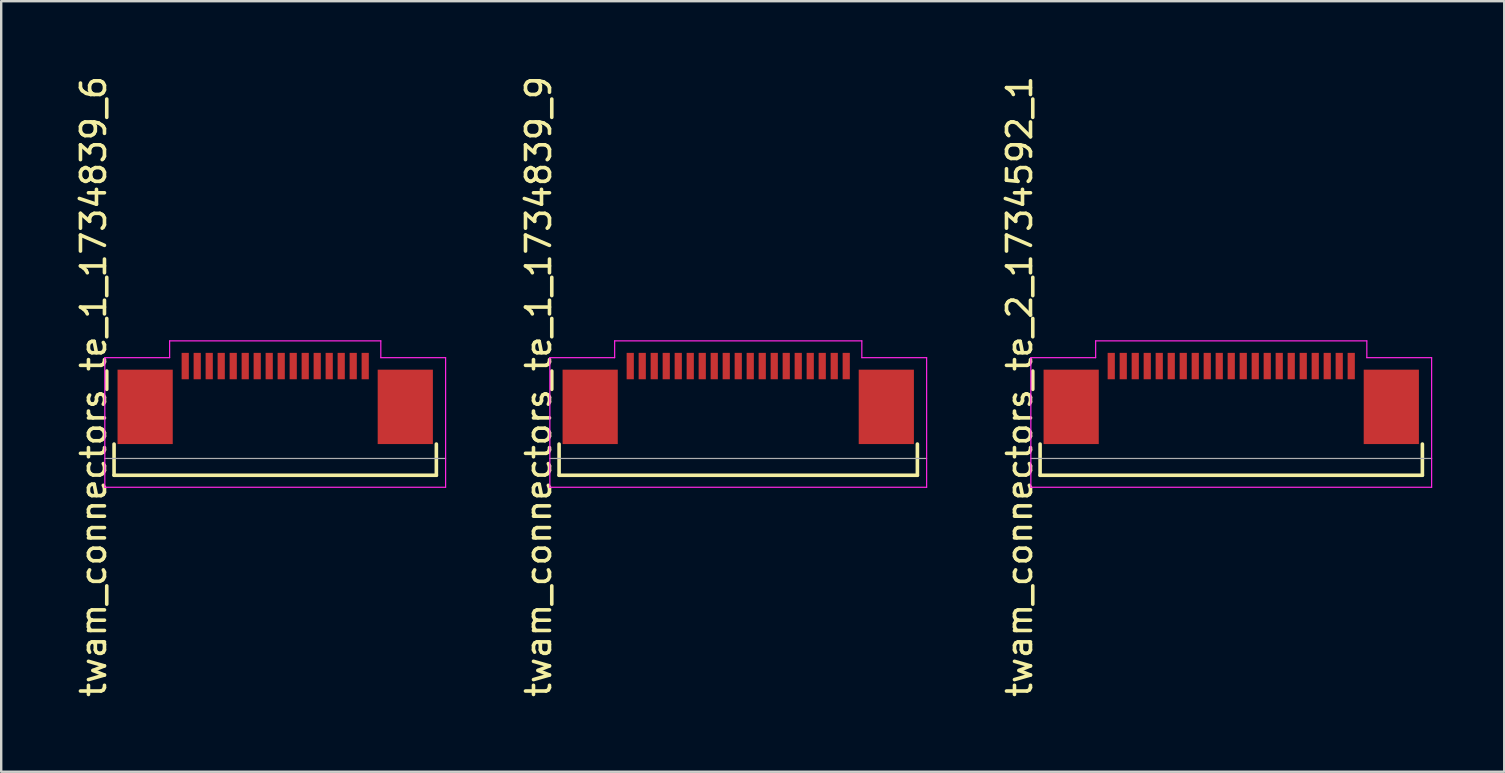
<source format=kicad_pcb>
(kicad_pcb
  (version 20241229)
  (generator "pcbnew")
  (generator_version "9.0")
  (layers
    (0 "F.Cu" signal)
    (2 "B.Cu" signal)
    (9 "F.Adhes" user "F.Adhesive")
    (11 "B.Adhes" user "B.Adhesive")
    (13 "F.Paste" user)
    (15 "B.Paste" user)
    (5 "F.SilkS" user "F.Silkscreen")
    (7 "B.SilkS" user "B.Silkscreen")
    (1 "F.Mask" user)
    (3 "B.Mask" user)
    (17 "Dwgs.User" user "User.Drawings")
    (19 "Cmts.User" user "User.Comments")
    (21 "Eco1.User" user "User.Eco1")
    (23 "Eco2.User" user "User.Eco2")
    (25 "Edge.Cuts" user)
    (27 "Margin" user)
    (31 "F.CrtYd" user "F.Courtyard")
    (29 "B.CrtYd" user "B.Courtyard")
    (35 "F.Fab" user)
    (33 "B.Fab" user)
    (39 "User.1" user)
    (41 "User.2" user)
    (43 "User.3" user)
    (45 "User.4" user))
  (footprint "twam_connectors_te_1_1734839_6"
    (layer "F.Cu")
    (at 8.418 13.054)
    (property "Reference" "twam_connectors_te_1_1734839_6" (at -7.57 0 270) (layer "F.SilkS") (effects (font (size 1 1) (thickness 0.15))))
    (attr smd)
    (fp_line (start -6.715 2.4) (end -6.715 3.7) (stroke (width 0.15) (type solid)) (layer "F.SilkS"))
    (fp_line (start -6.715 3.7) (end 6.715 3.7) (stroke (width 0.15) (type solid)) (layer "F.SilkS"))
    (fp_line (start 6.715 2.4) (end 6.715 3.7) (stroke (width 0.15) (type solid)) (layer "F.SilkS"))
    (fp_line (start -7.1 -1.2) (end -7.1 4.2) (stroke (width 0.05) (type solid)) (layer "F.CrtYd"))
    (fp_line (start -7.1 -1.2) (end -4.4 -1.2) (stroke (width 0.05) (type solid)) (layer "F.CrtYd"))
    (fp_line (start -7.1 4.2) (end 7.1 4.2) (stroke (width 0.05) (type solid)) (layer "F.CrtYd"))
    (fp_line (start -4.4 -1.9) (end -4.4 -1.2) (stroke (width 0.05) (type solid)) (layer "F.CrtYd"))
    (fp_line (start -4.4 -1.9) (end 4.4 -1.9) (stroke (width 0.05) (type solid)) (layer "F.CrtYd"))
    (fp_line (start 4.4 -1.9) (end 4.4 -1.2) (stroke (width 0.05) (type solid)) (layer "F.CrtYd"))
    (fp_line (start 4.4 -1.2) (end 7.1 -1.2) (stroke (width 0.05) (type solid)) (layer "F.CrtYd"))
    (fp_line (start 7.1 -1.2) (end 7.1 4.2) (stroke (width 0.05) (type solid)) (layer "F.CrtYd"))
    (fp_line (start -7.1 3) (end 7.1 3) (stroke (width 0.05) (type solid)) (layer "F.Fab"))
    (pad "1" smd rect (at 3.75 -0.85) (size 0.3 1.1) (layers "F.Cu" "F.Mask" "F.Paste"))
    (pad "2" smd rect (at 3.25 -0.85) (size 0.3 1.1) (layers "F.Cu" "F.Mask" "F.Paste"))
    (pad "3" smd rect (at 2.75 -0.85) (size 0.3 1.1) (layers "F.Cu" "F.Mask" "F.Paste"))
    (pad "4" smd rect (at 2.25 -0.85) (size 0.3 1.1) (layers "F.Cu" "F.Mask" "F.Paste"))
    (pad "5" smd rect (at 1.75 -0.85) (size 0.3 1.1) (layers "F.Cu" "F.Mask" "F.Paste"))
    (pad "6" smd rect (at 1.25 -0.85) (size 0.3 1.1) (layers "F.Cu" "F.Mask" "F.Paste"))
    (pad "7" smd rect (at 0.75 -0.85) (size 0.3 1.1) (layers "F.Cu" "F.Mask" "F.Paste"))
    (pad "8" smd rect (at 0.25 -0.85) (size 0.3 1.1) (layers "F.Cu" "F.Mask" "F.Paste"))
    (pad "9" smd rect (at -0.25 -0.85) (size 0.3 1.1) (layers "F.Cu" "F.Mask" "F.Paste"))
    (pad "10" smd rect (at -0.75 -0.85) (size 0.3 1.1) (layers "F.Cu" "F.Mask" "F.Paste"))
    (pad "11" smd rect (at -1.25 -0.85) (size 0.3 1.1) (layers "F.Cu" "F.Mask" "F.Paste"))
    (pad "12" smd rect (at -1.75 -0.85) (size 0.3 1.1) (layers "F.Cu" "F.Mask" "F.Paste"))
    (pad "13" smd rect (at -2.25 -0.85) (size 0.3 1.1) (layers "F.Cu" "F.Mask" "F.Paste"))
    (pad "14" smd rect (at -2.75 -0.85) (size 0.3 1.1) (layers "F.Cu" "F.Mask" "F.Paste"))
    (pad "15" smd rect (at -3.25 -0.85) (size 0.3 1.1) (layers "F.Cu" "F.Mask" "F.Paste"))
    (pad "16" smd rect (at -3.75 -0.85) (size 0.3 1.1) (layers "F.Cu" "F.Mask" "F.Paste"))
    (pad "F1" smd rect (at -5.42 0.85) (size 2.3 3.1) (layers "F.Cu" "F.Mask" "F.Paste"))
    (pad "F2" smd rect (at 5.42 0.85) (size 2.3 3.1) (layers "F.Cu" "F.Mask" "F.Paste")))
  (footprint "twam_connectors_te_2_1734592_1"
    (layer "F.Cu")
    (at 48.255 13.054)
    (property "Reference" "twam_connectors_te_2_1734592_1" (at -8.82 0 270) (layer "F.SilkS") (effects (font (size 1 1) (thickness 0.15))))
    (attr smd)
    (fp_line (start -7.965 2.4) (end -7.965 3.7) (stroke (width 0.15) (type solid)) (layer "F.SilkS"))
    (fp_line (start -7.965 3.7) (end 7.965 3.7) (stroke (width 0.15) (type solid)) (layer "F.SilkS"))
    (fp_line (start 7.965 2.4) (end 7.965 3.7) (stroke (width 0.15) (type solid)) (layer "F.SilkS"))
    (fp_line (start -8.35 -1.2) (end -8.35 4.2) (stroke (width 0.05) (type solid)) (layer "F.CrtYd"))
    (fp_line (start -8.35 -1.2) (end -5.65 -1.2) (stroke (width 0.05) (type solid)) (layer "F.CrtYd"))
    (fp_line (start -8.35 4.2) (end 8.35 4.2) (stroke (width 0.05) (type solid)) (layer "F.CrtYd"))
    (fp_line (start -5.65 -1.9) (end -5.65 -1.2) (stroke (width 0.05) (type solid)) (layer "F.CrtYd"))
    (fp_line (start -5.65 -1.9) (end 5.65 -1.9) (stroke (width 0.05) (type solid)) (layer "F.CrtYd"))
    (fp_line (start 5.65 -1.9) (end 5.65 -1.2) (stroke (width 0.05) (type solid)) (layer "F.CrtYd"))
    (fp_line (start 5.65 -1.2) (end 8.35 -1.2) (stroke (width 0.05) (type solid)) (layer "F.CrtYd"))
    (fp_line (start 8.35 -1.2) (end 8.35 4.2) (stroke (width 0.05) (type solid)) (layer "F.CrtYd"))
    (fp_line (start -8.35 3) (end 8.35 3) (stroke (width 0.05) (type solid)) (layer "F.Fab"))
    (pad "1" smd rect (at -5 -0.85) (size 0.3 1.1) (layers "F.Cu" "F.Mask" "F.Paste"))
    (pad "2" smd rect (at -4.5 -0.85) (size 0.3 1.1) (layers "F.Cu" "F.Mask" "F.Paste"))
    (pad "3" smd rect (at -4 -0.85) (size 0.3 1.1) (layers "F.Cu" "F.Mask" "F.Paste"))
    (pad "4" smd rect (at -3.5 -0.85) (size 0.3 1.1) (layers "F.Cu" "F.Mask" "F.Paste"))
    (pad "5" smd rect (at -3 -0.85) (size 0.3 1.1) (layers "F.Cu" "F.Mask" "F.Paste"))
    (pad "6" smd rect (at -2.5 -0.85) (size 0.3 1.1) (layers "F.Cu" "F.Mask" "F.Paste"))
    (pad "7" smd rect (at -2 -0.85) (size 0.3 1.1) (layers "F.Cu" "F.Mask" "F.Paste"))
    (pad "8" smd rect (at -1.5 -0.85) (size 0.3 1.1) (layers "F.Cu" "F.Mask" "F.Paste"))
    (pad "9" smd rect (at -1 -0.85) (size 0.3 1.1) (layers "F.Cu" "F.Mask" "F.Paste"))
    (pad "10" smd rect (at -0.5 -0.85) (size 0.3 1.1) (layers "F.Cu" "F.Mask" "F.Paste"))
    (pad "11" smd rect (at 0 -0.85) (size 0.3 1.1) (layers "F.Cu" "F.Mask" "F.Paste"))
    (pad "12" smd rect (at 0.5 -0.85) (size 0.3 1.1) (layers "F.Cu" "F.Mask" "F.Paste"))
    (pad "13" smd rect (at 1 -0.85) (size 0.3 1.1) (layers "F.Cu" "F.Mask" "F.Paste"))
    (pad "14" smd rect (at 1.5 -0.85) (size 0.3 1.1) (layers "F.Cu" "F.Mask" "F.Paste"))
    (pad "15" smd rect (at 2 -0.85) (size 0.3 1.1) (layers "F.Cu" "F.Mask" "F.Paste"))
    (pad "16" smd rect (at 2.5 -0.85) (size 0.3 1.1) (layers "F.Cu" "F.Mask" "F.Paste"))
    (pad "17" smd rect (at 3 -0.85) (size 0.3 1.1) (layers "F.Cu" "F.Mask" "F.Paste"))
    (pad "18" smd rect (at 3.5 -0.85) (size 0.3 1.1) (layers "F.Cu" "F.Mask" "F.Paste"))
    (pad "19" smd rect (at 4 -0.85) (size 0.3 1.1) (layers "F.Cu" "F.Mask" "F.Paste"))
    (pad "20" smd rect (at 4.5 -0.85) (size 0.3 1.1) (layers "F.Cu" "F.Mask" "F.Paste"))
    (pad "21" smd rect (at 5 -0.85) (size 0.3 1.1) (layers "F.Cu" "F.Mask" "F.Paste"))
    (pad "F1" smd rect (at -6.67 0.85) (size 2.3 3.1) (layers "F.Cu" "F.Mask" "F.Paste"))
    (pad "F2" smd rect (at 6.67 0.85) (size 2.3 3.1) (layers "F.Cu" "F.Mask" "F.Paste")))
  (footprint "twam_connectors_te_1_1734839_9"
    (layer "F.Cu")
    (at 27.712 13.054)
    (property "Reference" "twam_connectors_te_1_1734839_9" (at -8.32 0 270) (layer "F.SilkS") (effects (font (size 1 1) (thickness 0.15))))
    (attr smd)
    (fp_line (start -7.465 2.4) (end -7.465 3.7) (stroke (width 0.15) (type solid)) (layer "F.SilkS"))
    (fp_line (start -7.465 3.7) (end 7.465 3.7) (stroke (width 0.15) (type solid)) (layer "F.SilkS"))
    (fp_line (start 7.465 2.4) (end 7.465 3.7) (stroke (width 0.15) (type solid)) (layer "F.SilkS"))
    (fp_line (start -7.85 -1.2) (end -7.85 4.2) (stroke (width 0.05) (type solid)) (layer "F.CrtYd"))
    (fp_line (start -7.85 -1.2) (end -5.15 -1.2) (stroke (width 0.05) (type solid)) (layer "F.CrtYd"))
    (fp_line (start -7.85 4.2) (end 7.85 4.2) (stroke (width 0.05) (type solid)) (layer "F.CrtYd"))
    (fp_line (start -5.15 -1.9) (end -5.15 -1.2) (stroke (width 0.05) (type solid)) (layer "F.CrtYd"))
    (fp_line (start -5.15 -1.9) (end 5.15 -1.9) (stroke (width 0.05) (type solid)) (layer "F.CrtYd"))
    (fp_line (start 5.15 -1.9) (end 5.15 -1.2) (stroke (width 0.05) (type solid)) (layer "F.CrtYd"))
    (fp_line (start 5.15 -1.2) (end 7.85 -1.2) (stroke (width 0.05) (type solid)) (layer "F.CrtYd"))
    (fp_line (start 7.85 -1.2) (end 7.85 4.2) (stroke (width 0.05) (type solid)) (layer "F.CrtYd"))
    (fp_line (start -7.85 3) (end 7.85 3) (stroke (width 0.05) (type solid)) (layer "F.Fab"))
    (pad "1" smd rect (at 4.5 -0.85) (size 0.3 1.1) (layers "F.Cu" "F.Mask" "F.Paste"))
    (pad "2" smd rect (at 4 -0.85) (size 0.3 1.1) (layers "F.Cu" "F.Mask" "F.Paste"))
    (pad "3" smd rect (at 3.5 -0.85) (size 0.3 1.1) (layers "F.Cu" "F.Mask" "F.Paste"))
    (pad "4" smd rect (at 3 -0.85) (size 0.3 1.1) (layers "F.Cu" "F.Mask" "F.Paste"))
    (pad "5" smd rect (at 2.5 -0.85) (size 0.3 1.1) (layers "F.Cu" "F.Mask" "F.Paste"))
    (pad "6" smd rect (at 2 -0.85) (size 0.3 1.1) (layers "F.Cu" "F.Mask" "F.Paste"))
    (pad "7" smd rect (at 1.5 -0.85) (size 0.3 1.1) (layers "F.Cu" "F.Mask" "F.Paste"))
    (pad "8" smd rect (at 1 -0.85) (size 0.3 1.1) (layers "F.Cu" "F.Mask" "F.Paste"))
    (pad "9" smd rect (at 0.5 -0.85) (size 0.3 1.1) (layers "F.Cu" "F.Mask" "F.Paste"))
    (pad "10" smd rect (at 0 -0.85) (size 0.3 1.1) (layers "F.Cu" "F.Mask" "F.Paste"))
    (pad "11" smd rect (at -0.5 -0.85) (size 0.3 1.1) (layers "F.Cu" "F.Mask" "F.Paste"))
    (pad "12" smd rect (at -1 -0.85) (size 0.3 1.1) (layers "F.Cu" "F.Mask" "F.Paste"))
    (pad "13" smd rect (at -1.5 -0.85) (size 0.3 1.1) (layers "F.Cu" "F.Mask" "F.Paste"))
    (pad "14" smd rect (at -2 -0.85) (size 0.3 1.1) (layers "F.Cu" "F.Mask" "F.Paste"))
    (pad "15" smd rect (at -2.5 -0.85) (size 0.3 1.1) (layers "F.Cu" "F.Mask" "F.Paste"))
    (pad "16" smd rect (at -3 -0.85) (size 0.3 1.1) (layers "F.Cu" "F.Mask" "F.Paste"))
    (pad "17" smd rect (at -3.5 -0.85) (size 0.3 1.1) (layers "F.Cu" "F.Mask" "F.Paste"))
    (pad "18" smd rect (at -4 -0.85) (size 0.3 1.1) (layers "F.Cu" "F.Mask" "F.Paste"))
    (pad "19" smd rect (at -4.5 -0.85) (size 0.3 1.1) (layers "F.Cu" "F.Mask" "F.Paste"))
    (pad "F1" smd rect (at -6.17 0.85) (size 2.3 3.1) (layers "F.Cu" "F.Mask" "F.Paste"))
    (pad "F2" smd rect (at 6.17 0.85) (size 2.3 3.1) (layers "F.Cu" "F.Mask" "F.Paste")))
  (gr_rect
    (start -3 -3)
    (end 59.63 29.107)
    (stroke (width 0.1) (type default))
    (fill no)
    (layer "Edge.Cuts")))
</source>
